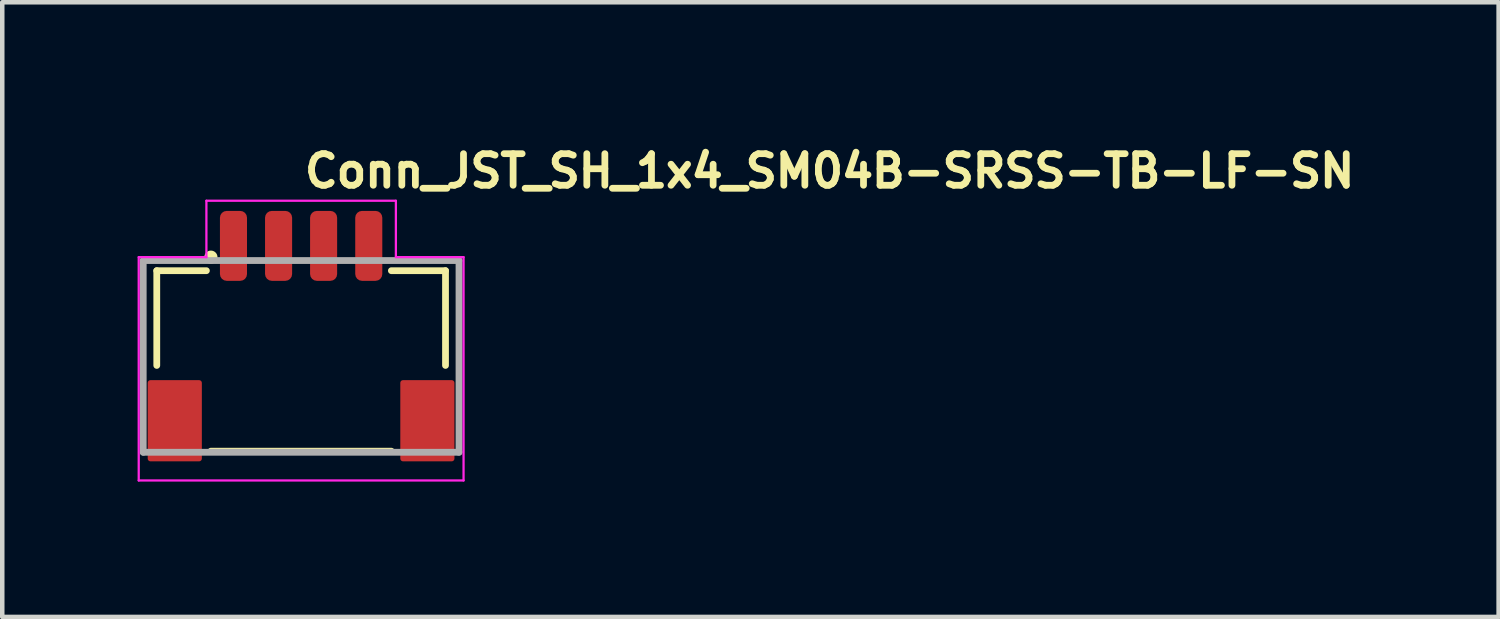
<source format=kicad_pcb>
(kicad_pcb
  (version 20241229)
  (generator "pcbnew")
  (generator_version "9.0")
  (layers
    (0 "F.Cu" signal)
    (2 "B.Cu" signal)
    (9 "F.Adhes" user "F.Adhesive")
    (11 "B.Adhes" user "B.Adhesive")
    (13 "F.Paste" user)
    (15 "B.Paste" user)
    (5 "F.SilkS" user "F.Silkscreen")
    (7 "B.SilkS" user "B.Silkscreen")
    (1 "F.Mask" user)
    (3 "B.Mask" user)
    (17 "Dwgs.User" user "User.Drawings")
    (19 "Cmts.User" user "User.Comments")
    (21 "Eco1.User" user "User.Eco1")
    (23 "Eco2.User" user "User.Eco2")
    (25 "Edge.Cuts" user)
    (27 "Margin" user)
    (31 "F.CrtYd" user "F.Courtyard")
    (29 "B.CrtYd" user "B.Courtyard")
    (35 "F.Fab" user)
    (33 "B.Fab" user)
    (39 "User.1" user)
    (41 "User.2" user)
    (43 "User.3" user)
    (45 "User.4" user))
  (footprint "Conn_JST_SH_1x4_SM04B-SRSS-TB-LF-SN"
    (layer "F.Cu")
    (at 3.625 4.85)
    (property "Reference" "Conn_JST_SH_1x4_SM04B-SRSS-TB-LF-SN" (at 0 -3.7 0) (layer "F.SilkS") (effects (font (size 0.7 0.7) (thickness 0.15)) (justify left bottom)))
    (attr smd)
    (fp_line (start -3.2 -1.9) (end -3.2 0.2) (stroke (width 0.15) (type solid)) (layer "F.SilkS"))
    (fp_line (start -2.1 -1.9) (end -3.2 -1.9) (stroke (width 0.15) (type solid)) (layer "F.SilkS"))
    (fp_line (start -2 2.101) (end 1.999 2.101) (stroke (width 0.15) (type solid)) (layer "F.SilkS"))
    (fp_line (start 2 -1.9) (end 3.2 -1.9) (stroke (width 0.15) (type solid)) (layer "F.SilkS"))
    (fp_line (start 3.2 -1.9) (end 3.2 0.2) (stroke (width 0.15) (type solid)) (layer "F.SilkS"))
    (fp_circle (center -2 -2.2) (end -1.95 -2.15) (stroke (width 0.15) (type solid)) (fill yes) (layer "F.SilkS"))
    (fp_line (start -3.6 -2.2) (end -2.1 -2.2) (stroke (width 0.05) (type solid)) (layer "F.CrtYd"))
    (fp_line (start -3.6 2.75) (end -3.6 -2.2) (stroke (width 0.05) (type solid)) (layer "F.CrtYd"))
    (fp_line (start -2.1 -3.45) (end 2.1 -3.45) (stroke (width 0.05) (type solid)) (layer "F.CrtYd"))
    (fp_line (start -2.1 -2.2) (end -2.1 -3.45) (stroke (width 0.05) (type solid)) (layer "F.CrtYd"))
    (fp_line (start 2.1 -3.45) (end 2.1 -2.2) (stroke (width 0.05) (type solid)) (layer "F.CrtYd"))
    (fp_line (start 2.1 -2.2) (end 3.6 -2.2) (stroke (width 0.05) (type solid)) (layer "F.CrtYd"))
    (fp_line (start 3.6 -2.2) (end 3.6 2.75) (stroke (width 0.05) (type solid)) (layer "F.CrtYd"))
    (fp_line (start 3.6 2.75) (end -3.6 2.75) (stroke (width 0.05) (type solid)) (layer "F.CrtYd"))
    (fp_line (start -3.5 2.125) (end -3.5 -2.125) (stroke (width 0.15) (type solid)) (layer "F.Fab"))
    (fp_line (start -3.5 2.125) (end 3.499 2.125) (stroke (width 0.15) (type solid)) (layer "F.Fab"))
    (fp_line (start 3.499 -2.125) (end -3.5 -2.125) (stroke (width 0.15) (type solid)) (layer "F.Fab"))
    (fp_line (start 3.499 -2.125) (end 3.499 2.125) (stroke (width 0.15) (type solid)) (layer "F.Fab"))
    (fp_rect (start -3 -2.476) (end 2.999 2.475) (stroke (width 0.1) (type solid)) (fill no) (layer "User.5"))
    (fp_line (start -3 -1.776) (end -3 -1.226) (stroke (width 0.02) (type solid)) (layer "User.9"))
    (fp_line (start -3 -1.226) (end -3 -0.576) (stroke (width 0.02) (type solid)) (layer "User.9"))
    (fp_line (start -3 -0.576) (end -3 -0.373) (stroke (width 0.02) (type solid)) (layer "User.9"))
    (fp_line (start -3 -0.373) (end -3 2.475) (stroke (width 0.02) (type solid)) (layer "User.9"))
    (fp_line (start -3 2.475) (end -2.761 2.475) (stroke (width 0.02) (type solid)) (layer "User.9"))
    (fp_line (start -2.761 -0.373) (end -3 -0.373) (stroke (width 0.02) (type solid)) (layer "User.9"))
    (fp_line (start -2.761 -0.288) (end -2.761 -0.373) (stroke (width 0.02) (type solid)) (layer "User.9"))
    (fp_line (start -2.761 2.475) (end -2.761 -0.288) (stroke (width 0.02) (type solid)) (layer "User.9"))
    (fp_line (start -2.761 2.475) (end 2.758 2.475) (stroke (width 0.02) (type solid)) (layer "User.9"))
    (fp_line (start -2.5 -1.776) (end -3 -1.776) (stroke (width 0.02) (type solid)) (layer "User.9"))
    (fp_line (start -2.5 -1.776) (end -1.801 -1.776) (stroke (width 0.02) (type solid)) (layer "User.9"))
    (fp_line (start -2.5 -1.226) (end -3 -1.226) (stroke (width 0.02) (type solid)) (layer "User.9"))
    (fp_line (start -2.5 -1.226) (end -2.5 -1.776) (stroke (width 0.02) (type solid)) (layer "User.9"))
    (fp_line (start -2.5 -1.226) (end -2.5 -0.288) (stroke (width 0.02) (type solid)) (layer "User.9"))
    (fp_line (start -2.5 -1.226) (end 2.499 -1.226) (stroke (width 0.02) (type solid)) (layer "User.9"))
    (fp_line (start -2.5 -0.576) (end -3 -0.576) (stroke (width 0.02) (type solid)) (layer "User.9"))
    (fp_line (start -2.5 -0.288) (end -2.761 -0.288) (stroke (width 0.02) (type solid)) (layer "User.9"))
    (fp_line (start -1.601 -2.476) (end -1.601 -2.476) (stroke (width 0.02) (type solid)) (layer "User.9"))
    (fp_line (start -1.601 -2.476) (end -1.601 -2.375) (stroke (width 0.02) (type solid)) (layer "User.9"))
    (fp_line (start -1.601 -2.476) (end -1.601 -2.375) (stroke (width 0.02) (type solid)) (layer "User.9"))
    (fp_line (start -1.601 -2.375) (end -1.601 -2.476) (stroke (width 0.02) (type solid)) (layer "User.9"))
    (fp_line (start -1.601 -2.375) (end -1.601 -1.996) (stroke (width 0.02) (type solid)) (layer "User.9"))
    (fp_line (start -1.601 -1.996) (end -1.601 -1.605) (stroke (width 0.02) (type solid)) (layer "User.9"))
    (fp_line (start -1.601 -1.605) (end -1.601 -1.575) (stroke (width 0.02) (type solid)) (layer "User.9"))
    (fp_line (start -1.601 -1.575) (end -1.801 -1.776) (stroke (width 0.02) (type solid)) (layer "User.9"))
    (fp_line (start -1.601 -1.575) (end -1.601 -1.226) (stroke (width 0.02) (type solid)) (layer "User.9"))
    (fp_line (start -1.601 -1.476) (end -1.601 -1.327) (stroke (width 0.02) (type solid)) (layer "User.9"))
    (fp_line (start -1.401 -2.476) (end -1.601 -2.476) (stroke (width 0.02) (type solid)) (layer "User.9"))
    (fp_line (start -1.401 -2.476) (end -1.401 -2.476) (stroke (width 0.02) (type solid)) (layer "User.9"))
    (fp_line (start -1.401 -2.476) (end -1.401 -2.375) (stroke (width 0.02) (type solid)) (layer "User.9"))
    (fp_line (start -1.401 -2.476) (end -1.401 -2.375) (stroke (width 0.02) (type solid)) (layer "User.9"))
    (fp_line (start -1.401 -2.375) (end -1.401 -2.476) (stroke (width 0.02) (type solid)) (layer "User.9"))
    (fp_line (start -1.401 -2.375) (end -1.401 -1.996) (stroke (width 0.02) (type solid)) (layer "User.9"))
    (fp_line (start -1.401 -1.996) (end -1.601 -1.996) (stroke (width 0.02) (type solid)) (layer "User.9"))
    (fp_line (start -1.401 -1.996) (end -1.401 -1.605) (stroke (width 0.02) (type solid)) (layer "User.9"))
    (fp_line (start -1.401 -1.605) (end -1.401 -1.575) (stroke (width 0.02) (type solid)) (layer "User.9"))
    (fp_line (start -1.401 -1.575) (end -1.601 -1.575) (stroke (width 0.02) (type solid)) (layer "User.9"))
    (fp_line (start -1.401 -1.575) (end -1.401 -1.226) (stroke (width 0.02) (type solid)) (layer "User.9"))
    (fp_line (start -1.401 -1.476) (end -1.401 -1.327) (stroke (width 0.02) (type solid)) (layer "User.9"))
    (fp_line (start -1.2 -1.776) (end -1.401 -1.575) (stroke (width 0.02) (type solid)) (layer "User.9"))
    (fp_line (start -1.2 -1.776) (end -0.802 -1.776) (stroke (width 0.02) (type solid)) (layer "User.9"))
    (fp_line (start -0.6 -2.476) (end -0.6 -2.476) (stroke (width 0.02) (type solid)) (layer "User.9"))
    (fp_line (start -0.6 -2.476) (end -0.6 -2.375) (stroke (width 0.02) (type solid)) (layer "User.9"))
    (fp_line (start -0.6 -2.476) (end -0.6 -2.375) (stroke (width 0.02) (type solid)) (layer "User.9"))
    (fp_line (start -0.6 -2.375) (end -0.6 -2.476) (stroke (width 0.02) (type solid)) (layer "User.9"))
    (fp_line (start -0.6 -2.375) (end -0.6 -1.996) (stroke (width 0.02) (type solid)) (layer "User.9"))
    (fp_line (start -0.6 -1.996) (end -0.6 -1.605) (stroke (width 0.02) (type solid)) (layer "User.9"))
    (fp_line (start -0.6 -1.605) (end -0.6 -1.575) (stroke (width 0.02) (type solid)) (layer "User.9"))
    (fp_line (start -0.6 -1.575) (end -0.802 -1.776) (stroke (width 0.02) (type solid)) (layer "User.9"))
    (fp_line (start -0.6 -1.575) (end -0.6 -1.226) (stroke (width 0.02) (type solid)) (layer "User.9"))
    (fp_line (start -0.6 -1.476) (end -0.6 -1.327) (stroke (width 0.02) (type solid)) (layer "User.9"))
    (fp_line (start -0.402 -2.476) (end -0.6 -2.476) (stroke (width 0.02) (type solid)) (layer "User.9"))
    (fp_line (start -0.402 -2.476) (end -0.402 -2.476) (stroke (width 0.02) (type solid)) (layer "User.9"))
    (fp_line (start -0.402 -2.476) (end -0.402 -2.375) (stroke (width 0.02) (type solid)) (layer "User.9"))
    (fp_line (start -0.402 -2.476) (end -0.402 -2.375) (stroke (width 0.02) (type solid)) (layer "User.9"))
    (fp_line (start -0.402 -2.375) (end -0.402 -2.476) (stroke (width 0.02) (type solid)) (layer "User.9"))
    (fp_line (start -0.402 -2.375) (end -0.402 -1.996) (stroke (width 0.02) (type solid)) (layer "User.9"))
    (fp_line (start -0.402 -1.996) (end -0.6 -1.996) (stroke (width 0.02) (type solid)) (layer "User.9"))
    (fp_line (start -0.402 -1.996) (end -0.402 -1.605) (stroke (width 0.02) (type solid)) (layer "User.9"))
    (fp_line (start -0.402 -1.605) (end -0.402 -1.575) (stroke (width 0.02) (type solid)) (layer "User.9"))
    (fp_line (start -0.402 -1.575) (end -0.6 -1.575) (stroke (width 0.02) (type solid)) (layer "User.9"))
    (fp_line (start -0.402 -1.575) (end -0.402 -1.226) (stroke (width 0.02) (type solid)) (layer "User.9"))
    (fp_line (start -0.402 -1.476) (end -0.402 -1.327) (stroke (width 0.02) (type solid)) (layer "User.9"))
    (fp_line (start -0.202 -1.776) (end -0.402 -1.575) (stroke (width 0.02) (type solid)) (layer "User.9"))
    (fp_line (start -0.202 -1.776) (end 0.2 -1.776) (stroke (width 0.02) (type solid)) (layer "User.9"))
    (fp_line (start 0.4 -2.476) (end 0.4 -2.476) (stroke (width 0.02) (type solid)) (layer "User.9"))
    (fp_line (start 0.4 -2.476) (end 0.4 -2.375) (stroke (width 0.02) (type solid)) (layer "User.9"))
    (fp_line (start 0.4 -2.476) (end 0.4 -2.375) (stroke (width 0.02) (type solid)) (layer "User.9"))
    (fp_line (start 0.4 -2.375) (end 0.4 -2.476) (stroke (width 0.02) (type solid)) (layer "User.9"))
    (fp_line (start 0.4 -2.375) (end 0.4 -1.996) (stroke (width 0.02) (type solid)) (layer "User.9"))
    (fp_line (start 0.4 -1.996) (end 0.4 -1.605) (stroke (width 0.02) (type solid)) (layer "User.9"))
    (fp_line (start 0.4 -1.605) (end 0.4 -1.575) (stroke (width 0.02) (type solid)) (layer "User.9"))
    (fp_line (start 0.4 -1.575) (end 0.2 -1.776) (stroke (width 0.02) (type solid)) (layer "User.9"))
    (fp_line (start 0.4 -1.575) (end 0.4 -1.226) (stroke (width 0.02) (type solid)) (layer "User.9"))
    (fp_line (start 0.4 -1.476) (end 0.4 -1.327) (stroke (width 0.02) (type solid)) (layer "User.9"))
    (fp_line (start 0.598 -2.476) (end 0.4 -2.476) (stroke (width 0.02) (type solid)) (layer "User.9"))
    (fp_line (start 0.598 -2.476) (end 0.598 -2.476) (stroke (width 0.02) (type solid)) (layer "User.9"))
    (fp_line (start 0.598 -2.476) (end 0.598 -2.375) (stroke (width 0.02) (type solid)) (layer "User.9"))
    (fp_line (start 0.598 -2.476) (end 0.598 -2.375) (stroke (width 0.02) (type solid)) (layer "User.9"))
    (fp_line (start 0.598 -2.375) (end 0.598 -2.476) (stroke (width 0.02) (type solid)) (layer "User.9"))
    (fp_line (start 0.598 -2.375) (end 0.598 -1.996) (stroke (width 0.02) (type solid)) (layer "User.9"))
    (fp_line (start 0.598 -1.996) (end 0.4 -1.996) (stroke (width 0.02) (type solid)) (layer "User.9"))
    (fp_line (start 0.598 -1.996) (end 0.598 -1.605) (stroke (width 0.02) (type solid)) (layer "User.9"))
    (fp_line (start 0.598 -1.605) (end 0.598 -1.575) (stroke (width 0.02) (type solid)) (layer "User.9"))
    (fp_line (start 0.598 -1.575) (end 0.4 -1.575) (stroke (width 0.02) (type solid)) (layer "User.9"))
    (fp_line (start 0.598 -1.575) (end 0.598 -1.226) (stroke (width 0.02) (type solid)) (layer "User.9"))
    (fp_line (start 0.598 -1.476) (end 0.598 -1.327) (stroke (width 0.02) (type solid)) (layer "User.9"))
    (fp_line (start 0.8 -1.776) (end 0.598 -1.575) (stroke (width 0.02) (type solid)) (layer "User.9"))
    (fp_line (start 0.8 -1.776) (end 1.199 -1.776) (stroke (width 0.02) (type solid)) (layer "User.9"))
    (fp_line (start 1.398 -2.476) (end 1.398 -2.476) (stroke (width 0.02) (type solid)) (layer "User.9"))
    (fp_line (start 1.398 -2.476) (end 1.398 -2.375) (stroke (width 0.02) (type solid)) (layer "User.9"))
    (fp_line (start 1.398 -2.476) (end 1.398 -2.375) (stroke (width 0.02) (type solid)) (layer "User.9"))
    (fp_line (start 1.398 -2.375) (end 1.398 -2.476) (stroke (width 0.02) (type solid)) (layer "User.9"))
    (fp_line (start 1.398 -2.375) (end 1.398 -1.996) (stroke (width 0.02) (type solid)) (layer "User.9"))
    (fp_line (start 1.398 -1.996) (end 1.398 -1.605) (stroke (width 0.02) (type solid)) (layer "User.9"))
    (fp_line (start 1.398 -1.605) (end 1.398 -1.575) (stroke (width 0.02) (type solid)) (layer "User.9"))
    (fp_line (start 1.398 -1.575) (end 1.199 -1.776) (stroke (width 0.02) (type solid)) (layer "User.9"))
    (fp_line (start 1.398 -1.575) (end 1.398 -1.226) (stroke (width 0.02) (type solid)) (layer "User.9"))
    (fp_line (start 1.398 -1.476) (end 1.398 -1.327) (stroke (width 0.02) (type solid)) (layer "User.9"))
    (fp_line (start 1.6 -2.476) (end 1.398 -2.476) (stroke (width 0.02) (type solid)) (layer "User.9"))
    (fp_line (start 1.6 -2.476) (end 1.6 -2.476) (stroke (width 0.02) (type solid)) (layer "User.9"))
    (fp_line (start 1.6 -2.476) (end 1.6 -2.375) (stroke (width 0.02) (type solid)) (layer "User.9"))
    (fp_line (start 1.6 -2.476) (end 1.6 -2.375) (stroke (width 0.02) (type solid)) (layer "User.9"))
    (fp_line (start 1.6 -2.375) (end 1.6 -2.476) (stroke (width 0.02) (type solid)) (layer "User.9"))
    (fp_line (start 1.6 -2.375) (end 1.6 -1.996) (stroke (width 0.02) (type solid)) (layer "User.9"))
    (fp_line (start 1.6 -1.996) (end 1.398 -1.996) (stroke (width 0.02) (type solid)) (layer "User.9"))
    (fp_line (start 1.6 -1.996) (end 1.6 -1.605) (stroke (width 0.02) (type solid)) (layer "User.9"))
    (fp_line (start 1.6 -1.605) (end 1.6 -1.575) (stroke (width 0.02) (type solid)) (layer "User.9"))
    (fp_line (start 1.6 -1.575) (end 1.398 -1.575) (stroke (width 0.02) (type solid)) (layer "User.9"))
    (fp_line (start 1.6 -1.575) (end 1.6 -1.226) (stroke (width 0.02) (type solid)) (layer "User.9"))
    (fp_line (start 1.6 -1.476) (end 1.6 -1.327) (stroke (width 0.02) (type solid)) (layer "User.9"))
    (fp_line (start 1.8 -1.776) (end 1.6 -1.575) (stroke (width 0.02) (type solid)) (layer "User.9"))
    (fp_line (start 1.8 -1.776) (end 2.499 -1.776) (stroke (width 0.02) (type solid)) (layer "User.9"))
    (fp_line (start 2.499 -1.226) (end 2.499 -1.776) (stroke (width 0.02) (type solid)) (layer "User.9"))
    (fp_line (start 2.499 -1.226) (end 2.999 -1.226) (stroke (width 0.02) (type solid)) (layer "User.9"))
    (fp_line (start 2.499 -0.576) (end 2.999 -0.576) (stroke (width 0.02) (type solid)) (layer "User.9"))
    (fp_line (start 2.499 -0.288) (end 2.499 -1.226) (stroke (width 0.02) (type solid)) (layer "User.9"))
    (fp_line (start 2.758 -0.373) (end 2.999 -0.373) (stroke (width 0.02) (type solid)) (layer "User.9"))
    (fp_line (start 2.758 -0.288) (end 2.499 -0.288) (stroke (width 0.02) (type solid)) (layer "User.9"))
    (fp_line (start 2.758 -0.288) (end 2.758 -0.373) (stroke (width 0.02) (type solid)) (layer "User.9"))
    (fp_line (start 2.758 -0.288) (end 2.758 2.475) (stroke (width 0.02) (type solid)) (layer "User.9"))
    (fp_line (start 2.758 2.475) (end 2.999 2.475) (stroke (width 0.02) (type solid)) (layer "User.9"))
    (fp_line (start 2.999 -1.776) (end 2.499 -1.776) (stroke (width 0.02) (type solid)) (layer "User.9"))
    (fp_line (start 2.999 -1.226) (end 2.999 -1.776) (stroke (width 0.02) (type solid)) (layer "User.9"))
    (fp_line (start 2.999 -0.576) (end 2.999 -1.226) (stroke (width 0.02) (type solid)) (layer "User.9"))
    (fp_line (start 2.999 -0.576) (end 2.999 -0.373) (stroke (width 0.02) (type solid)) (layer "User.9"))
    (fp_line (start 2.999 -0.373) (end 2.999 2.475) (stroke (width 0.02) (type solid)) (layer "User.9"))
    (pad "1" smd roundrect (at -1.5 -2.45 180) (size 0.6 1.55) (layers "F.Cu" "F.Mask" "F.Paste") (roundrect_rratio 0.25))
    (pad "2" smd roundrect (at -0.5 -2.45 180) (size 0.6 1.55) (layers "F.Cu" "F.Mask" "F.Paste") (roundrect_rratio 0.25))
    (pad "3" smd roundrect (at 0.498 -2.45 180) (size 0.6 1.55) (layers "F.Cu" "F.Mask" "F.Paste") (roundrect_rratio 0.25))
    (pad "4" smd roundrect (at 1.499 -2.45 180) (size 0.6 1.55) (layers "F.Cu" "F.Mask" "F.Paste") (roundrect_rratio 0.25))
    (pad "SH1" smd roundrect (at -2.801 1.426) (size 1.2 1.8) (layers "F.Cu" "F.Mask" "F.Paste") (roundrect_rratio 0.05))
    (pad "SH2" smd roundrect (at 2.798 1.426) (size 1.2 1.8) (layers "F.Cu" "F.Mask" "F.Paste") (roundrect_rratio 0.05)))
  (gr_rect
    (start -3 -3)
    (end 30.168 10.625)
    (stroke (width 0.1) (type default))
    (fill no)
    (layer "Edge.Cuts")))
</source>
